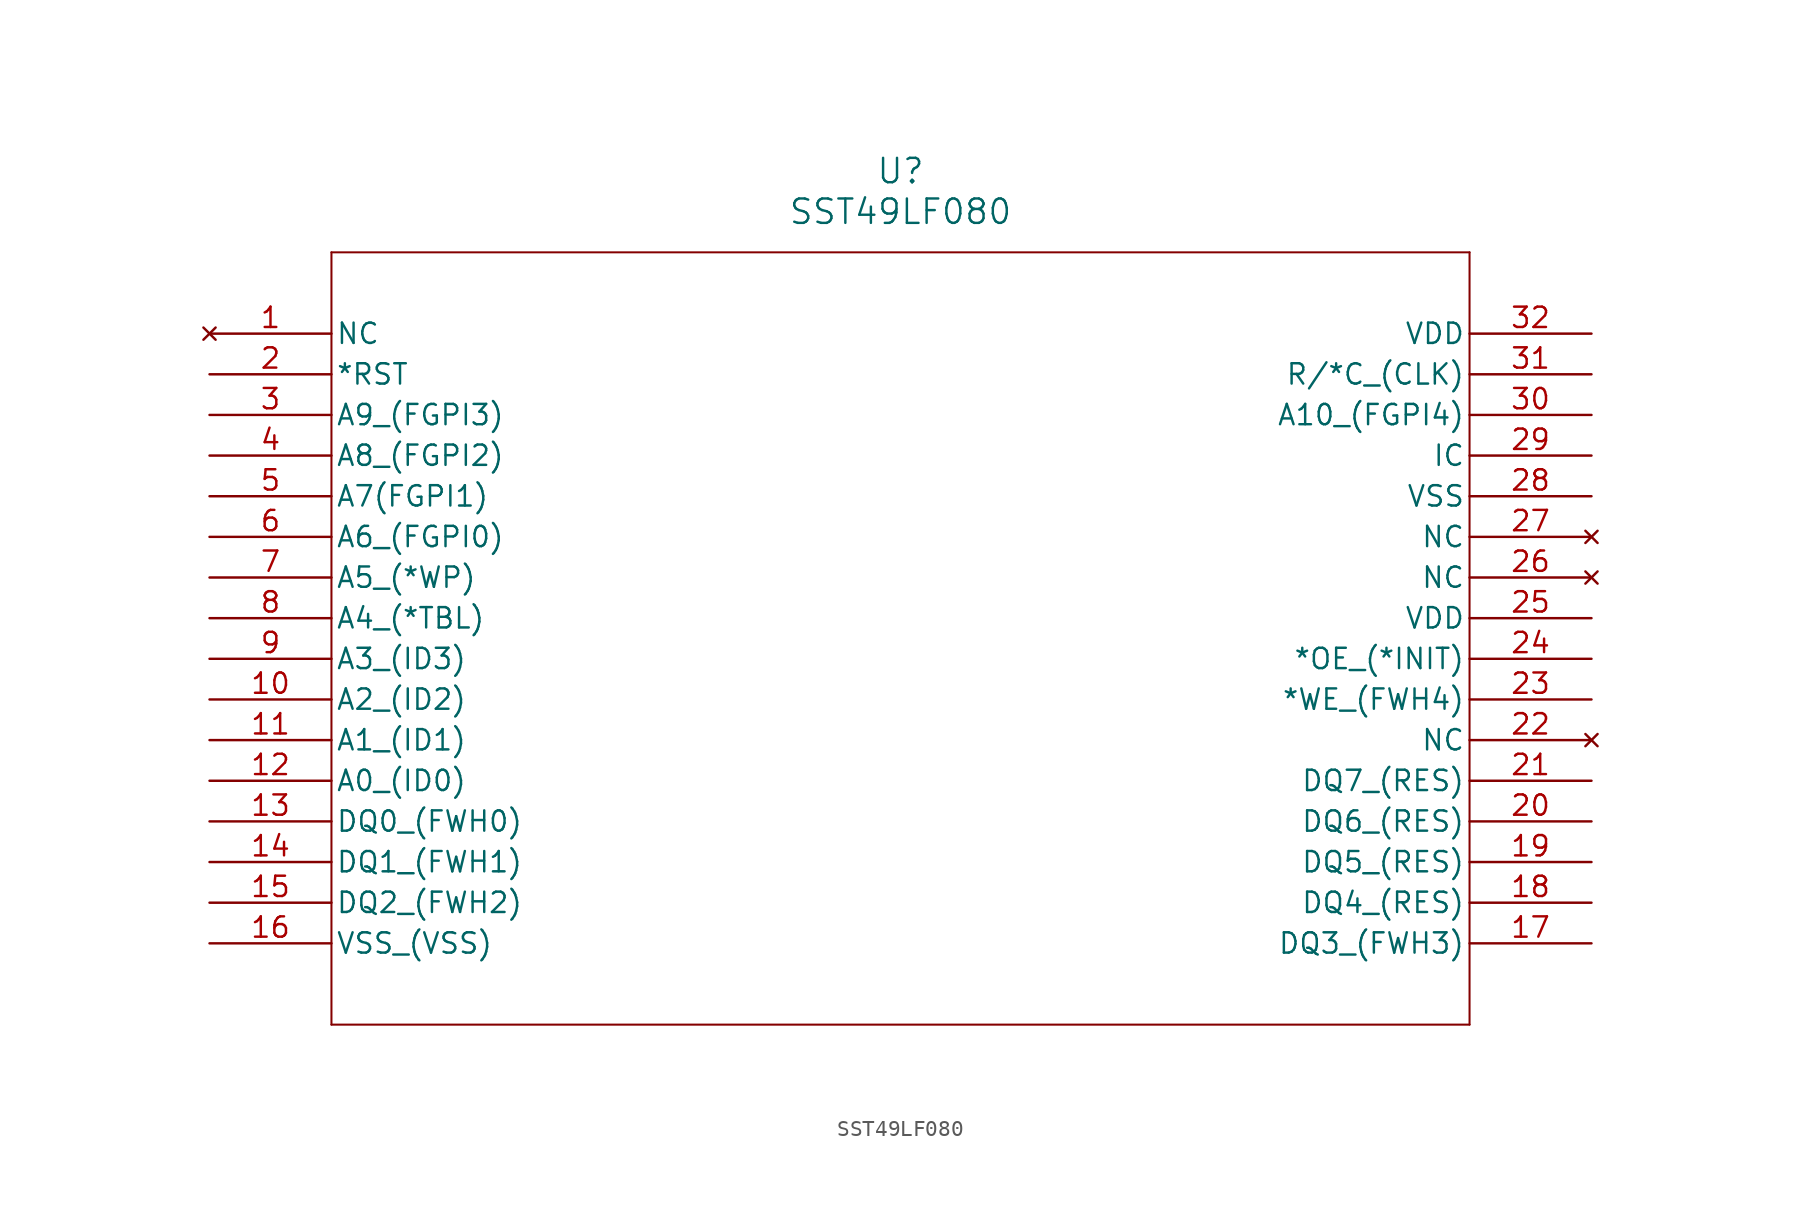
<source format=kicad_sym>
(kicad_symbol_lib
  (version 20231120)
  (generator "kicad_symbol_editor")
  (generator_version "8.0")
  (symbol "SST49LF080"
    (pin_names
      (offset 0.254))
    (property "Reference" "U"
      (at 43.18 10.16 0)
      (effects (font (size 1.524 1.524))))
    (property "Value" "SST49LF080"
      (at 43.18 7.62 0)
      (effects (font (size 1.524 1.524))))
    (property "ki_locked" ""
      (at 0 0 0)
      (effects (font (size 1.27 1.27))))
    (symbol "SST49LF080_0_1"
      (polyline (pts (xy 7.62 -43.18) (xy 78.74 -43.18)) (stroke (width 0.127) (type default)) (fill (type none)))
      (polyline (pts (xy 7.62 5.08) (xy 7.62 -43.18)) (stroke (width 0.127) (type default)) (fill (type none)))
      (polyline (pts (xy 78.74 -43.18) (xy 78.74 5.08)) (stroke (width 0.127) (type default)) (fill (type none)))
      (polyline (pts (xy 78.74 5.08) (xy 7.62 5.08)) (stroke (width 0.127) (type default)) (fill (type none)))
      (pin no_connect line (at 0 0 0) (length 7.62) (name "NC" (effects (font (size 1.27 1.27)))) (number "1" (effects (font (size 1.27 1.27)))))
      (pin input line (at 0 -22.86 0) (length 7.62) (name "A2_(ID2)" (effects (font (size 1.27 1.27)))) (number "10" (effects (font (size 1.27 1.27)))))
      (pin input line (at 0 -25.4 0) (length 7.62) (name "A1_(ID1)" (effects (font (size 1.27 1.27)))) (number "11" (effects (font (size 1.27 1.27)))))
      (pin input line (at 0 -27.94 0) (length 7.62) (name "A0_(ID0)" (effects (font (size 1.27 1.27)))) (number "12" (effects (font (size 1.27 1.27)))))
      (pin bidirectional line (at 0 -30.48 0) (length 7.62) (name "DQ0_(FWH0)" (effects (font (size 1.27 1.27)))) (number "13" (effects (font (size 1.27 1.27)))))
      (pin bidirectional line (at 0 -33.02 0) (length 7.62) (name "DQ1_(FWH1)" (effects (font (size 1.27 1.27)))) (number "14" (effects (font (size 1.27 1.27)))))
      (pin bidirectional line (at 0 -35.56 0) (length 7.62) (name "DQ2_(FWH2)" (effects (font (size 1.27 1.27)))) (number "15" (effects (font (size 1.27 1.27)))))
      (pin power_in line (at 0 -38.1 0) (length 7.62) (name "VSS_(VSS)" (effects (font (size 1.27 1.27)))) (number "16" (effects (font (size 1.27 1.27)))))
      (pin bidirectional line (at 86.36 -38.1 180) (length 7.62) (name "DQ3_(FWH3)" (effects (font (size 1.27 1.27)))) (number "17" (effects (font (size 1.27 1.27)))))
      (pin input line (at 86.36 -35.56 180) (length 7.62) (name "DQ4_(RES)" (effects (font (size 1.27 1.27)))) (number "18" (effects (font (size 1.27 1.27)))))
      (pin input line (at 86.36 -33.02 180) (length 7.62) (name "DQ5_(RES)" (effects (font (size 1.27 1.27)))) (number "19" (effects (font (size 1.27 1.27)))))
      (pin input line (at 0 -2.54 0) (length 7.62) (name "*RST" (effects (font (size 1.27 1.27)))) (number "2" (effects (font (size 1.27 1.27)))))
      (pin input line (at 86.36 -30.48 180) (length 7.62) (name "DQ6_(RES)" (effects (font (size 1.27 1.27)))) (number "20" (effects (font (size 1.27 1.27)))))
      (pin input line (at 86.36 -27.94 180) (length 7.62) (name "DQ7_(RES)" (effects (font (size 1.27 1.27)))) (number "21" (effects (font (size 1.27 1.27)))))
      (pin no_connect line (at 86.36 -25.4 180) (length 7.62) (name "NC" (effects (font (size 1.27 1.27)))) (number "22" (effects (font (size 1.27 1.27)))))
      (pin bidirectional line (at 86.36 -22.86 180) (length 7.62) (name "*WE_(FWH4)" (effects (font (size 1.27 1.27)))) (number "23" (effects (font (size 1.27 1.27)))))
      (pin input line (at 86.36 -20.32 180) (length 7.62) (name "*OE_(*INIT)" (effects (font (size 1.27 1.27)))) (number "24" (effects (font (size 1.27 1.27)))))
      (pin power_in line (at 86.36 -17.78 180) (length 7.62) (name "VDD" (effects (font (size 1.27 1.27)))) (number "25" (effects (font (size 1.27 1.27)))))
      (pin no_connect line (at 86.36 -15.24 180) (length 7.62) (name "NC" (effects (font (size 1.27 1.27)))) (number "26" (effects (font (size 1.27 1.27)))))
      (pin no_connect line (at 86.36 -12.7 180) (length 7.62) (name "NC" (effects (font (size 1.27 1.27)))) (number "27" (effects (font (size 1.27 1.27)))))
      (pin power_in line (at 86.36 -10.16 180) (length 7.62) (name "VSS" (effects (font (size 1.27 1.27)))) (number "28" (effects (font (size 1.27 1.27)))))
      (pin input line (at 86.36 -7.62 180) (length 7.62) (name "IC" (effects (font (size 1.27 1.27)))) (number "29" (effects (font (size 1.27 1.27)))))
      (pin input line (at 0 -5.08 0) (length 7.62) (name "A9_(FGPI3)" (effects (font (size 1.27 1.27)))) (number "3" (effects (font (size 1.27 1.27)))))
      (pin input line (at 86.36 -5.08 180) (length 7.62) (name "A10_(FGPI4)" (effects (font (size 1.27 1.27)))) (number "30" (effects (font (size 1.27 1.27)))))
      (pin input line (at 86.36 -2.54 180) (length 7.62) (name "R/*C_(CLK)" (effects (font (size 1.27 1.27)))) (number "31" (effects (font (size 1.27 1.27)))))
      (pin power_in line (at 86.36 0 180) (length 7.62) (name "VDD" (effects (font (size 1.27 1.27)))) (number "32" (effects (font (size 1.27 1.27)))))
      (pin input line (at 0 -7.62 0) (length 7.62) (name "A8_(FGPI2)" (effects (font (size 1.27 1.27)))) (number "4" (effects (font (size 1.27 1.27)))))
      (pin input line (at 0 -10.16 0) (length 7.62) (name "A7(FGPI1)" (effects (font (size 1.27 1.27)))) (number "5" (effects (font (size 1.27 1.27)))))
      (pin input line (at 0 -12.7 0) (length 7.62) (name "A6_(FGPI0)" (effects (font (size 1.27 1.27)))) (number "6" (effects (font (size 1.27 1.27)))))
      (pin input line (at 0 -15.24 0) (length 7.62) (name "A5_(*WP)" (effects (font (size 1.27 1.27)))) (number "7" (effects (font (size 1.27 1.27)))))
      (pin input line (at 0 -17.78 0) (length 7.62) (name "A4_(*TBL)" (effects (font (size 1.27 1.27)))) (number "8" (effects (font (size 1.27 1.27)))))
      (pin input line (at 0 -20.32 0) (length 7.62) (name "A3_(ID3)" (effects (font (size 1.27 1.27)))) (number "9" (effects (font (size 1.27 1.27))))))))
</source>
